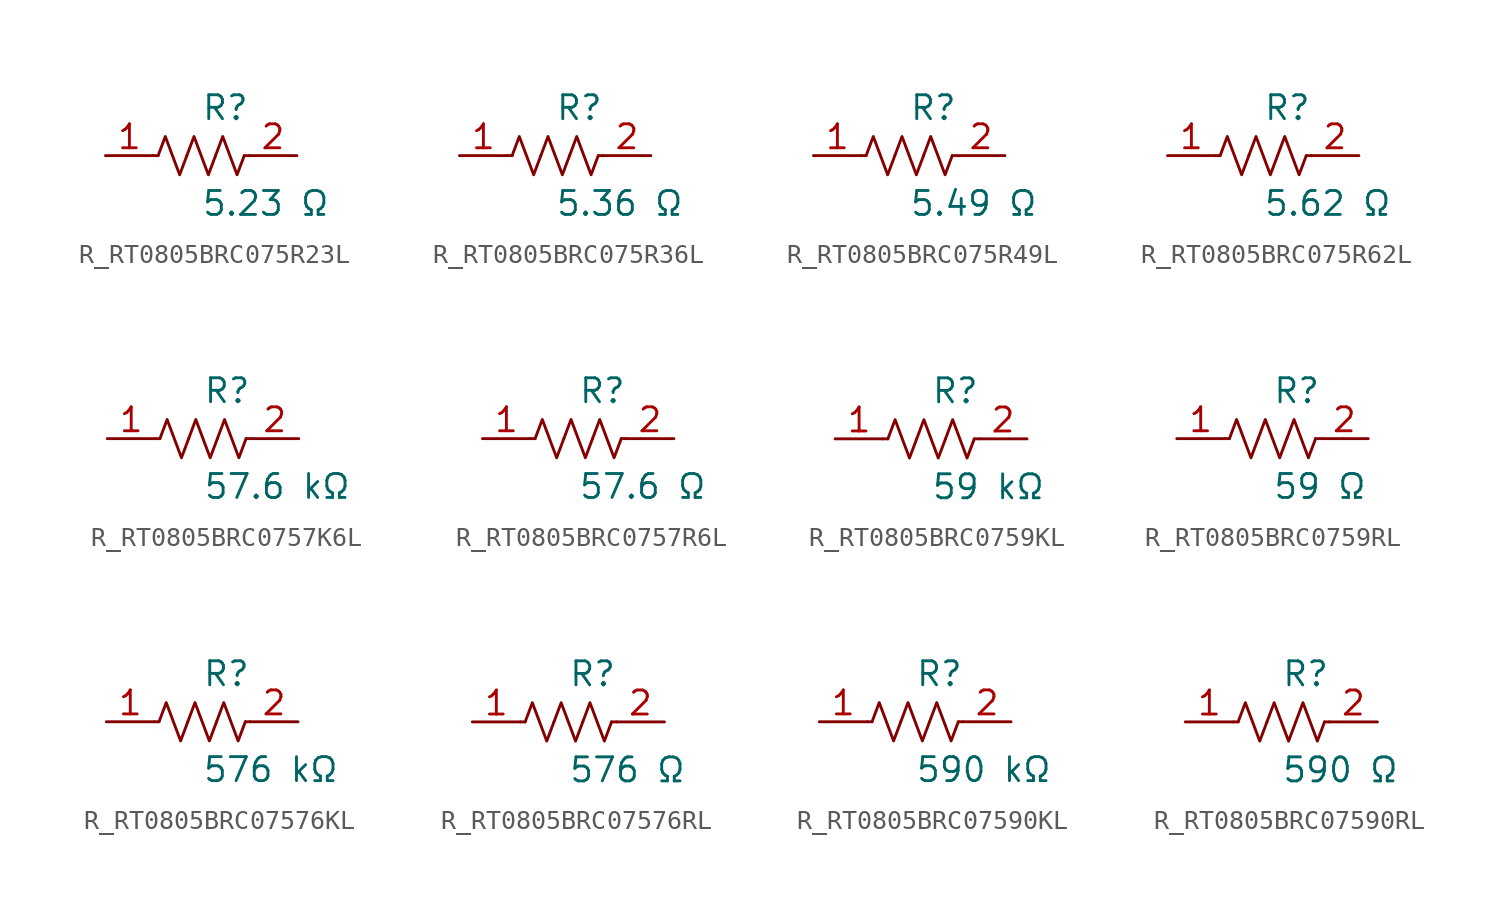
<source format=kicad_sym>
(kicad_symbol_lib
  (version 20231120)
  (generator kicad_symbol_editor)
  (generator_version 8.0)
  (symbol "R_RT0805BRC075R23L"
    (pin_names
      (offset 0.254))
    (property "Reference" "R"
      (at 0 2.54 0)
      (effects (font (size 1.27 1.27)) (justify left)))
    (property "Value" "5.23 Ω"
      (at 0 -2.54 0)
      (effects (font (size 1.27 1.27)) (justify left)))
    (symbol "R_RT0805BRC075R23L_0_1"
      (polyline (pts (xy 2.286 0) (xy 2.54 0)) (stroke (width 0) (type default)) (fill (type none)))
      (polyline (pts (xy -2.286 0) (xy -2.54 0)) (stroke (width 0) (type default)) (fill (type none)))
      (polyline (pts (xy 0.762 0) (xy 1.143 1.016) (xy 1.524 0) (xy 1.905 -1.016) (xy 2.286 0)) (stroke (width 0) (type default)) (fill (type none)))
      (polyline (pts (xy -0.762 0) (xy -0.381 1.016) (xy 0 0) (xy 0.381 -1.016) (xy 0.762 0)) (stroke (width 0) (type default)) (fill (type none)))
      (polyline (pts (xy -2.286 0) (xy -1.905 1.016) (xy -1.524 0) (xy -1.143 -1.016) (xy -0.762 0)) (stroke (width 0) (type default)) (fill (type none))))
    (pin unspecified line
      (at -5.08 0 0)
      (length 2.54)
      (name "" (effects (font (size 1.27 1.27))))
      (number "1" (effects (font (size 1.27 1.27)))))
    (pin unspecified line
      (at 5.08 0 180)
      (length 2.54)
      (name "" (effects (font (size 1.27 1.27))))
      (number "2" (effects (font (size 1.27 1.27))))))
  (symbol "R_RT0805BRC075R36L"
    (pin_names
      (offset 0.254))
    (property "Reference" "R"
      (at 0 2.54 0)
      (effects (font (size 1.27 1.27)) (justify left)))
    (property "Value" "5.36 Ω"
      (at 0 -2.54 0)
      (effects (font (size 1.27 1.27)) (justify left)))
    (symbol "R_RT0805BRC075R36L_0_1"
      (polyline (pts (xy 2.286 0) (xy 2.54 0)) (stroke (width 0) (type default)) (fill (type none)))
      (polyline (pts (xy -2.286 0) (xy -2.54 0)) (stroke (width 0) (type default)) (fill (type none)))
      (polyline (pts (xy 0.762 0) (xy 1.143 1.016) (xy 1.524 0) (xy 1.905 -1.016) (xy 2.286 0)) (stroke (width 0) (type default)) (fill (type none)))
      (polyline (pts (xy -0.762 0) (xy -0.381 1.016) (xy 0 0) (xy 0.381 -1.016) (xy 0.762 0)) (stroke (width 0) (type default)) (fill (type none)))
      (polyline (pts (xy -2.286 0) (xy -1.905 1.016) (xy -1.524 0) (xy -1.143 -1.016) (xy -0.762 0)) (stroke (width 0) (type default)) (fill (type none))))
    (pin unspecified line
      (at -5.08 0 0)
      (length 2.54)
      (name "" (effects (font (size 1.27 1.27))))
      (number "1" (effects (font (size 1.27 1.27)))))
    (pin unspecified line
      (at 5.08 0 180)
      (length 2.54)
      (name "" (effects (font (size 1.27 1.27))))
      (number "2" (effects (font (size 1.27 1.27))))))
  (symbol "R_RT0805BRC075R49L"
    (pin_names
      (offset 0.254))
    (property "Reference" "R"
      (at 0 2.54 0)
      (effects (font (size 1.27 1.27)) (justify left)))
    (property "Value" "5.49 Ω"
      (at 0 -2.54 0)
      (effects (font (size 1.27 1.27)) (justify left)))
    (symbol "R_RT0805BRC075R49L_0_1"
      (polyline (pts (xy 2.286 0) (xy 2.54 0)) (stroke (width 0) (type default)) (fill (type none)))
      (polyline (pts (xy -2.286 0) (xy -2.54 0)) (stroke (width 0) (type default)) (fill (type none)))
      (polyline (pts (xy 0.762 0) (xy 1.143 1.016) (xy 1.524 0) (xy 1.905 -1.016) (xy 2.286 0)) (stroke (width 0) (type default)) (fill (type none)))
      (polyline (pts (xy -0.762 0) (xy -0.381 1.016) (xy 0 0) (xy 0.381 -1.016) (xy 0.762 0)) (stroke (width 0) (type default)) (fill (type none)))
      (polyline (pts (xy -2.286 0) (xy -1.905 1.016) (xy -1.524 0) (xy -1.143 -1.016) (xy -0.762 0)) (stroke (width 0) (type default)) (fill (type none))))
    (pin unspecified line
      (at -5.08 0 0)
      (length 2.54)
      (name "" (effects (font (size 1.27 1.27))))
      (number "1" (effects (font (size 1.27 1.27)))))
    (pin unspecified line
      (at 5.08 0 180)
      (length 2.54)
      (name "" (effects (font (size 1.27 1.27))))
      (number "2" (effects (font (size 1.27 1.27))))))
  (symbol "R_RT0805BRC075R62L"
    (pin_names
      (offset 0.254))
    (property "Reference" "R"
      (at 0 2.54 0)
      (effects (font (size 1.27 1.27)) (justify left)))
    (property "Value" "5.62 Ω"
      (at 0 -2.54 0)
      (effects (font (size 1.27 1.27)) (justify left)))
    (symbol "R_RT0805BRC075R62L_0_1"
      (polyline (pts (xy 2.286 0) (xy 2.54 0)) (stroke (width 0) (type default)) (fill (type none)))
      (polyline (pts (xy -2.286 0) (xy -2.54 0)) (stroke (width 0) (type default)) (fill (type none)))
      (polyline (pts (xy 0.762 0) (xy 1.143 1.016) (xy 1.524 0) (xy 1.905 -1.016) (xy 2.286 0)) (stroke (width 0) (type default)) (fill (type none)))
      (polyline (pts (xy -0.762 0) (xy -0.381 1.016) (xy 0 0) (xy 0.381 -1.016) (xy 0.762 0)) (stroke (width 0) (type default)) (fill (type none)))
      (polyline (pts (xy -2.286 0) (xy -1.905 1.016) (xy -1.524 0) (xy -1.143 -1.016) (xy -0.762 0)) (stroke (width 0) (type default)) (fill (type none))))
    (pin unspecified line
      (at -5.08 0 0)
      (length 2.54)
      (name "" (effects (font (size 1.27 1.27))))
      (number "1" (effects (font (size 1.27 1.27)))))
    (pin unspecified line
      (at 5.08 0 180)
      (length 2.54)
      (name "" (effects (font (size 1.27 1.27))))
      (number "2" (effects (font (size 1.27 1.27))))))
  (symbol "R_RT0805BRC0757K6L"
    (pin_names
      (offset 0.254))
    (property "Reference" "R"
      (at 0 2.54 0)
      (effects (font (size 1.27 1.27)) (justify left)))
    (property "Value" "57.6 kΩ"
      (at 0 -2.54 0)
      (effects (font (size 1.27 1.27)) (justify left)))
    (symbol "R_RT0805BRC0757K6L_0_1"
      (polyline (pts (xy 2.286 0) (xy 2.54 0)) (stroke (width 0) (type default)) (fill (type none)))
      (polyline (pts (xy -2.286 0) (xy -2.54 0)) (stroke (width 0) (type default)) (fill (type none)))
      (polyline (pts (xy 0.762 0) (xy 1.143 1.016) (xy 1.524 0) (xy 1.905 -1.016) (xy 2.286 0)) (stroke (width 0) (type default)) (fill (type none)))
      (polyline (pts (xy -0.762 0) (xy -0.381 1.016) (xy 0 0) (xy 0.381 -1.016) (xy 0.762 0)) (stroke (width 0) (type default)) (fill (type none)))
      (polyline (pts (xy -2.286 0) (xy -1.905 1.016) (xy -1.524 0) (xy -1.143 -1.016) (xy -0.762 0)) (stroke (width 0) (type default)) (fill (type none))))
    (pin unspecified line
      (at -5.08 0 0)
      (length 2.54)
      (name "" (effects (font (size 1.27 1.27))))
      (number "1" (effects (font (size 1.27 1.27)))))
    (pin unspecified line
      (at 5.08 0 180)
      (length 2.54)
      (name "" (effects (font (size 1.27 1.27))))
      (number "2" (effects (font (size 1.27 1.27))))))
  (symbol "R_RT0805BRC0757R6L"
    (pin_names
      (offset 0.254))
    (property "Reference" "R"
      (at 0 2.54 0)
      (effects (font (size 1.27 1.27)) (justify left)))
    (property "Value" "57.6 Ω"
      (at 0 -2.54 0)
      (effects (font (size 1.27 1.27)) (justify left)))
    (symbol "R_RT0805BRC0757R6L_0_1"
      (polyline (pts (xy 2.286 0) (xy 2.54 0)) (stroke (width 0) (type default)) (fill (type none)))
      (polyline (pts (xy -2.286 0) (xy -2.54 0)) (stroke (width 0) (type default)) (fill (type none)))
      (polyline (pts (xy 0.762 0) (xy 1.143 1.016) (xy 1.524 0) (xy 1.905 -1.016) (xy 2.286 0)) (stroke (width 0) (type default)) (fill (type none)))
      (polyline (pts (xy -0.762 0) (xy -0.381 1.016) (xy 0 0) (xy 0.381 -1.016) (xy 0.762 0)) (stroke (width 0) (type default)) (fill (type none)))
      (polyline (pts (xy -2.286 0) (xy -1.905 1.016) (xy -1.524 0) (xy -1.143 -1.016) (xy -0.762 0)) (stroke (width 0) (type default)) (fill (type none))))
    (pin unspecified line
      (at -5.08 0 0)
      (length 2.54)
      (name "" (effects (font (size 1.27 1.27))))
      (number "1" (effects (font (size 1.27 1.27)))))
    (pin unspecified line
      (at 5.08 0 180)
      (length 2.54)
      (name "" (effects (font (size 1.27 1.27))))
      (number "2" (effects (font (size 1.27 1.27))))))
  (symbol "R_RT0805BRC0759KL"
    (pin_names
      (offset 0.254))
    (property "Reference" "R"
      (at 0 2.54 0)
      (effects (font (size 1.27 1.27)) (justify left)))
    (property "Value" "59 kΩ"
      (at 0 -2.54 0)
      (effects (font (size 1.27 1.27)) (justify left)))
    (symbol "R_RT0805BRC0759KL_0_1"
      (polyline (pts (xy 2.286 0) (xy 2.54 0)) (stroke (width 0) (type default)) (fill (type none)))
      (polyline (pts (xy -2.286 0) (xy -2.54 0)) (stroke (width 0) (type default)) (fill (type none)))
      (polyline (pts (xy 0.762 0) (xy 1.143 1.016) (xy 1.524 0) (xy 1.905 -1.016) (xy 2.286 0)) (stroke (width 0) (type default)) (fill (type none)))
      (polyline (pts (xy -0.762 0) (xy -0.381 1.016) (xy 0 0) (xy 0.381 -1.016) (xy 0.762 0)) (stroke (width 0) (type default)) (fill (type none)))
      (polyline (pts (xy -2.286 0) (xy -1.905 1.016) (xy -1.524 0) (xy -1.143 -1.016) (xy -0.762 0)) (stroke (width 0) (type default)) (fill (type none))))
    (pin unspecified line
      (at -5.08 0 0)
      (length 2.54)
      (name "" (effects (font (size 1.27 1.27))))
      (number "1" (effects (font (size 1.27 1.27)))))
    (pin unspecified line
      (at 5.08 0 180)
      (length 2.54)
      (name "" (effects (font (size 1.27 1.27))))
      (number "2" (effects (font (size 1.27 1.27))))))
  (symbol "R_RT0805BRC0759RL"
    (pin_names
      (offset 0.254))
    (property "Reference" "R"
      (at 0 2.54 0)
      (effects (font (size 1.27 1.27)) (justify left)))
    (property "Value" "59 Ω"
      (at 0 -2.54 0)
      (effects (font (size 1.27 1.27)) (justify left)))
    (symbol "R_RT0805BRC0759RL_0_1"
      (polyline (pts (xy 2.286 0) (xy 2.54 0)) (stroke (width 0) (type default)) (fill (type none)))
      (polyline (pts (xy -2.286 0) (xy -2.54 0)) (stroke (width 0) (type default)) (fill (type none)))
      (polyline (pts (xy 0.762 0) (xy 1.143 1.016) (xy 1.524 0) (xy 1.905 -1.016) (xy 2.286 0)) (stroke (width 0) (type default)) (fill (type none)))
      (polyline (pts (xy -0.762 0) (xy -0.381 1.016) (xy 0 0) (xy 0.381 -1.016) (xy 0.762 0)) (stroke (width 0) (type default)) (fill (type none)))
      (polyline (pts (xy -2.286 0) (xy -1.905 1.016) (xy -1.524 0) (xy -1.143 -1.016) (xy -0.762 0)) (stroke (width 0) (type default)) (fill (type none))))
    (pin unspecified line
      (at -5.08 0 0)
      (length 2.54)
      (name "" (effects (font (size 1.27 1.27))))
      (number "1" (effects (font (size 1.27 1.27)))))
    (pin unspecified line
      (at 5.08 0 180)
      (length 2.54)
      (name "" (effects (font (size 1.27 1.27))))
      (number "2" (effects (font (size 1.27 1.27))))))
  (symbol "R_RT0805BRC07576KL"
    (pin_names
      (offset 0.254))
    (property "Reference" "R"
      (at 0 2.54 0)
      (effects (font (size 1.27 1.27)) (justify left)))
    (property "Value" "576 kΩ"
      (at 0 -2.54 0)
      (effects (font (size 1.27 1.27)) (justify left)))
    (symbol "R_RT0805BRC07576KL_0_1"
      (polyline (pts (xy 2.286 0) (xy 2.54 0)) (stroke (width 0) (type default)) (fill (type none)))
      (polyline (pts (xy -2.286 0) (xy -2.54 0)) (stroke (width 0) (type default)) (fill (type none)))
      (polyline (pts (xy 0.762 0) (xy 1.143 1.016) (xy 1.524 0) (xy 1.905 -1.016) (xy 2.286 0)) (stroke (width 0) (type default)) (fill (type none)))
      (polyline (pts (xy -0.762 0) (xy -0.381 1.016) (xy 0 0) (xy 0.381 -1.016) (xy 0.762 0)) (stroke (width 0) (type default)) (fill (type none)))
      (polyline (pts (xy -2.286 0) (xy -1.905 1.016) (xy -1.524 0) (xy -1.143 -1.016) (xy -0.762 0)) (stroke (width 0) (type default)) (fill (type none))))
    (pin unspecified line
      (at -5.08 0 0)
      (length 2.54)
      (name "" (effects (font (size 1.27 1.27))))
      (number "1" (effects (font (size 1.27 1.27)))))
    (pin unspecified line
      (at 5.08 0 180)
      (length 2.54)
      (name "" (effects (font (size 1.27 1.27))))
      (number "2" (effects (font (size 1.27 1.27))))))
  (symbol "R_RT0805BRC07576RL"
    (pin_names
      (offset 0.254))
    (property "Reference" "R"
      (at 0 2.54 0)
      (effects (font (size 1.27 1.27)) (justify left)))
    (property "Value" "576 Ω"
      (at 0 -2.54 0)
      (effects (font (size 1.27 1.27)) (justify left)))
    (symbol "R_RT0805BRC07576RL_0_1"
      (polyline (pts (xy 2.286 0) (xy 2.54 0)) (stroke (width 0) (type default)) (fill (type none)))
      (polyline (pts (xy -2.286 0) (xy -2.54 0)) (stroke (width 0) (type default)) (fill (type none)))
      (polyline (pts (xy 0.762 0) (xy 1.143 1.016) (xy 1.524 0) (xy 1.905 -1.016) (xy 2.286 0)) (stroke (width 0) (type default)) (fill (type none)))
      (polyline (pts (xy -0.762 0) (xy -0.381 1.016) (xy 0 0) (xy 0.381 -1.016) (xy 0.762 0)) (stroke (width 0) (type default)) (fill (type none)))
      (polyline (pts (xy -2.286 0) (xy -1.905 1.016) (xy -1.524 0) (xy -1.143 -1.016) (xy -0.762 0)) (stroke (width 0) (type default)) (fill (type none))))
    (pin unspecified line
      (at -5.08 0 0)
      (length 2.54)
      (name "" (effects (font (size 1.27 1.27))))
      (number "1" (effects (font (size 1.27 1.27)))))
    (pin unspecified line
      (at 5.08 0 180)
      (length 2.54)
      (name "" (effects (font (size 1.27 1.27))))
      (number "2" (effects (font (size 1.27 1.27))))))
  (symbol "R_RT0805BRC07590KL"
    (pin_names
      (offset 0.254))
    (property "Reference" "R"
      (at 0 2.54 0)
      (effects (font (size 1.27 1.27)) (justify left)))
    (property "Value" "590 kΩ"
      (at 0 -2.54 0)
      (effects (font (size 1.27 1.27)) (justify left)))
    (symbol "R_RT0805BRC07590KL_0_1"
      (polyline (pts (xy 2.286 0) (xy 2.54 0)) (stroke (width 0) (type default)) (fill (type none)))
      (polyline (pts (xy -2.286 0) (xy -2.54 0)) (stroke (width 0) (type default)) (fill (type none)))
      (polyline (pts (xy 0.762 0) (xy 1.143 1.016) (xy 1.524 0) (xy 1.905 -1.016) (xy 2.286 0)) (stroke (width 0) (type default)) (fill (type none)))
      (polyline (pts (xy -0.762 0) (xy -0.381 1.016) (xy 0 0) (xy 0.381 -1.016) (xy 0.762 0)) (stroke (width 0) (type default)) (fill (type none)))
      (polyline (pts (xy -2.286 0) (xy -1.905 1.016) (xy -1.524 0) (xy -1.143 -1.016) (xy -0.762 0)) (stroke (width 0) (type default)) (fill (type none))))
    (pin unspecified line
      (at -5.08 0 0)
      (length 2.54)
      (name "" (effects (font (size 1.27 1.27))))
      (number "1" (effects (font (size 1.27 1.27)))))
    (pin unspecified line
      (at 5.08 0 180)
      (length 2.54)
      (name "" (effects (font (size 1.27 1.27))))
      (number "2" (effects (font (size 1.27 1.27))))))
  (symbol "R_RT0805BRC07590RL"
    (pin_names
      (offset 0.254))
    (property "Reference" "R"
      (at 0 2.54 0)
      (effects (font (size 1.27 1.27)) (justify left)))
    (property "Value" "590 Ω"
      (at 0 -2.54 0)
      (effects (font (size 1.27 1.27)) (justify left)))
    (symbol "R_RT0805BRC07590RL_0_1"
      (polyline (pts (xy 2.286 0) (xy 2.54 0)) (stroke (width 0) (type default)) (fill (type none)))
      (polyline (pts (xy -2.286 0) (xy -2.54 0)) (stroke (width 0) (type default)) (fill (type none)))
      (polyline (pts (xy 0.762 0) (xy 1.143 1.016) (xy 1.524 0) (xy 1.905 -1.016) (xy 2.286 0)) (stroke (width 0) (type default)) (fill (type none)))
      (polyline (pts (xy -0.762 0) (xy -0.381 1.016) (xy 0 0) (xy 0.381 -1.016) (xy 0.762 0)) (stroke (width 0) (type default)) (fill (type none)))
      (polyline (pts (xy -2.286 0) (xy -1.905 1.016) (xy -1.524 0) (xy -1.143 -1.016) (xy -0.762 0)) (stroke (width 0) (type default)) (fill (type none))))
    (pin unspecified line
      (at -5.08 0 0)
      (length 2.54)
      (name "" (effects (font (size 1.27 1.27))))
      (number "1" (effects (font (size 1.27 1.27)))))
    (pin unspecified line
      (at 5.08 0 180)
      (length 2.54)
      (name "" (effects (font (size 1.27 1.27))))
      (number "2" (effects (font (size 1.27 1.27)))))))
</source>
